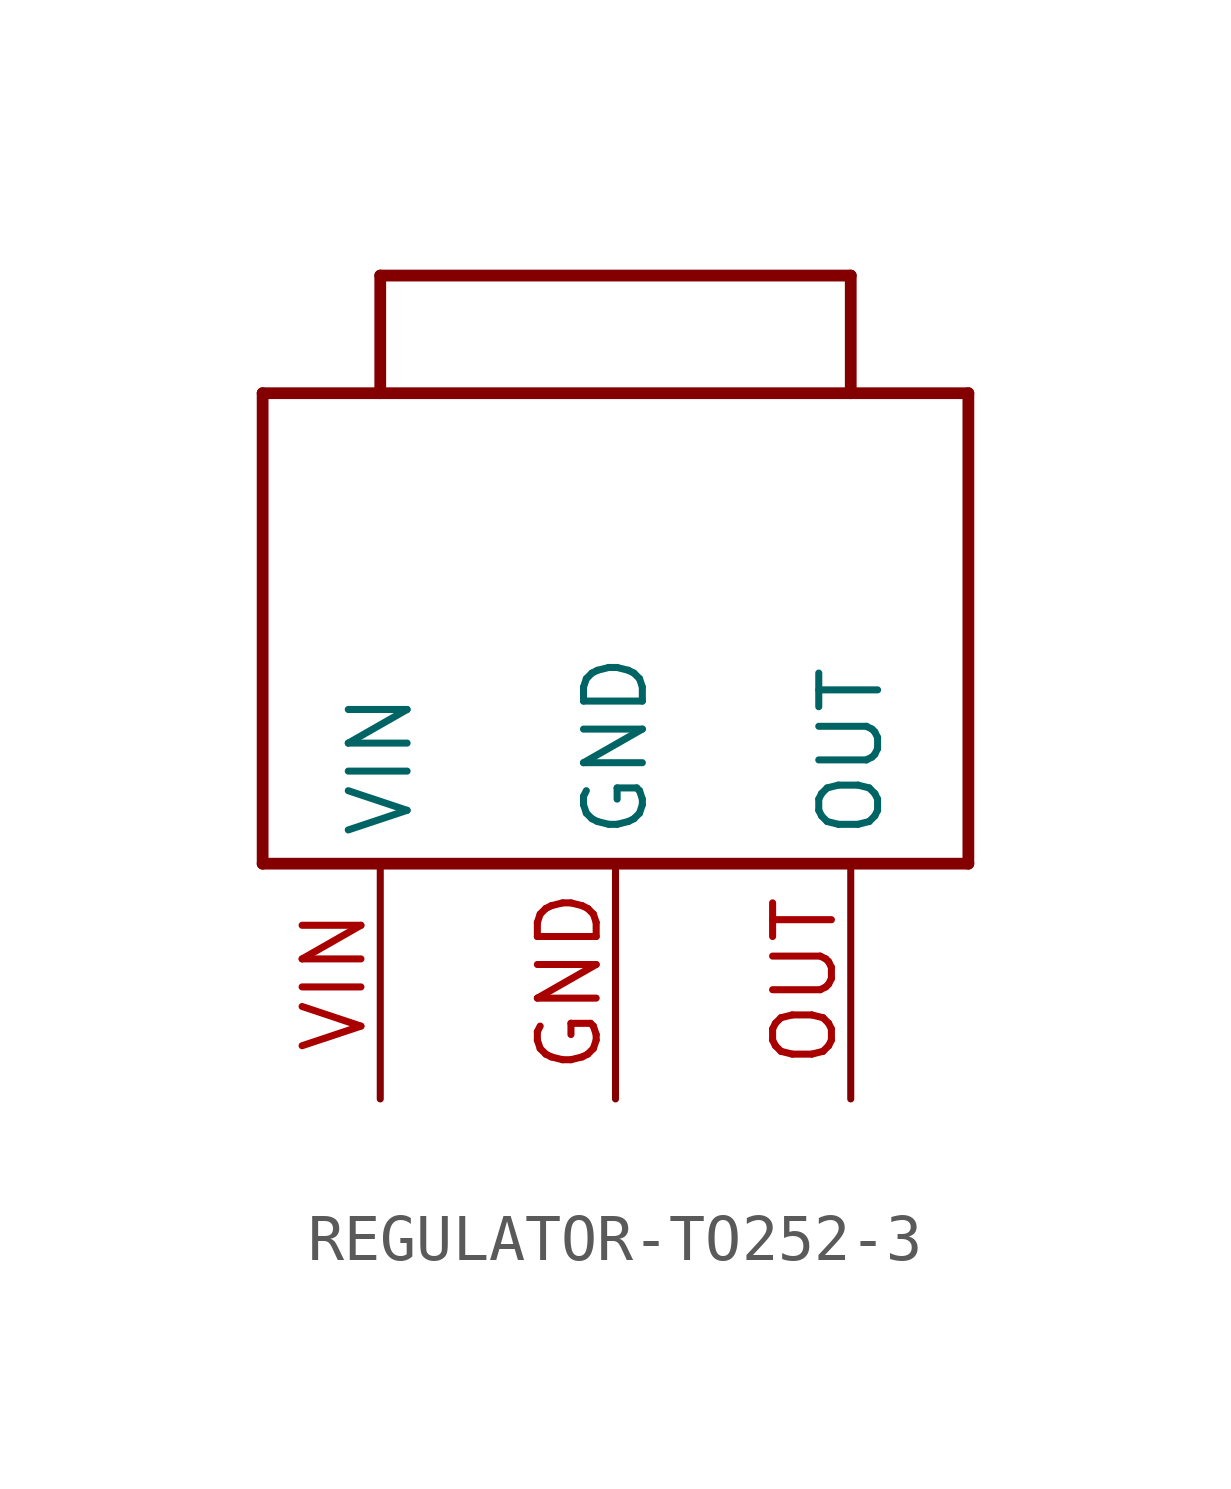
<source format=kicad_sym>
(kicad_symbol_lib
  (version 20220914)
  (generator kicad_symbol_editor)
  (symbol "REGULATOR-TO252-3"
    (property "Reference" ""
      (at 0 0 0)
      (effects (font (size 1.27 1.27)) hide))
    (property "ki_locked" ""
      (at 0 0 0)
      (effects (font (size 1.27 1.27))))
    (symbol "REGULATOR-TO252-3_1_0"
      (polyline (pts (xy -7.62 -5.08) (xy 7.62 -5.08)) (stroke (width 0.254) (type solid)) (fill (type none)))
      (polyline (pts (xy -7.62 5.08) (xy -7.62 -5.08)) (stroke (width 0.254) (type solid)) (fill (type none)))
      (polyline (pts (xy -5.08 5.08) (xy -7.62 5.08)) (stroke (width 0.254) (type solid)) (fill (type none)))
      (polyline (pts (xy -5.08 5.08) (xy -5.08 7.62)) (stroke (width 0.254) (type solid)) (fill (type none)))
      (polyline (pts (xy -5.08 7.62) (xy 5.08 7.62)) (stroke (width 0.254) (type solid)) (fill (type none)))
      (polyline (pts (xy 5.08 5.08) (xy -5.08 5.08)) (stroke (width 0.254) (type solid)) (fill (type none)))
      (polyline (pts (xy 5.08 7.62) (xy 5.08 5.08)) (stroke (width 0.254) (type solid)) (fill (type none)))
      (polyline (pts (xy 7.62 -5.08) (xy 7.62 5.08)) (stroke (width 0.254) (type solid)) (fill (type none)))
      (polyline (pts (xy 7.62 5.08) (xy 5.08 5.08)) (stroke (width 0.254) (type solid)) (fill (type none)))
      (pin bidirectional line (at 0 -10.16 90) (length 5.08) (name "GND" (effects (font (size 1.27 1.27)))) (number "GND" (effects (font (size 1.27 1.27)))))
      (pin bidirectional line (at 5.08 -10.16 90) (length 5.08) (name "OUT" (effects (font (size 1.27 1.27)))) (number "OUT" (effects (font (size 1.27 1.27)))))
      (pin bidirectional line (at -5.08 -10.16 90) (length 5.08) (name "VIN" (effects (font (size 1.27 1.27)))) (number "VIN" (effects (font (size 1.27 1.27))))))))
</source>
